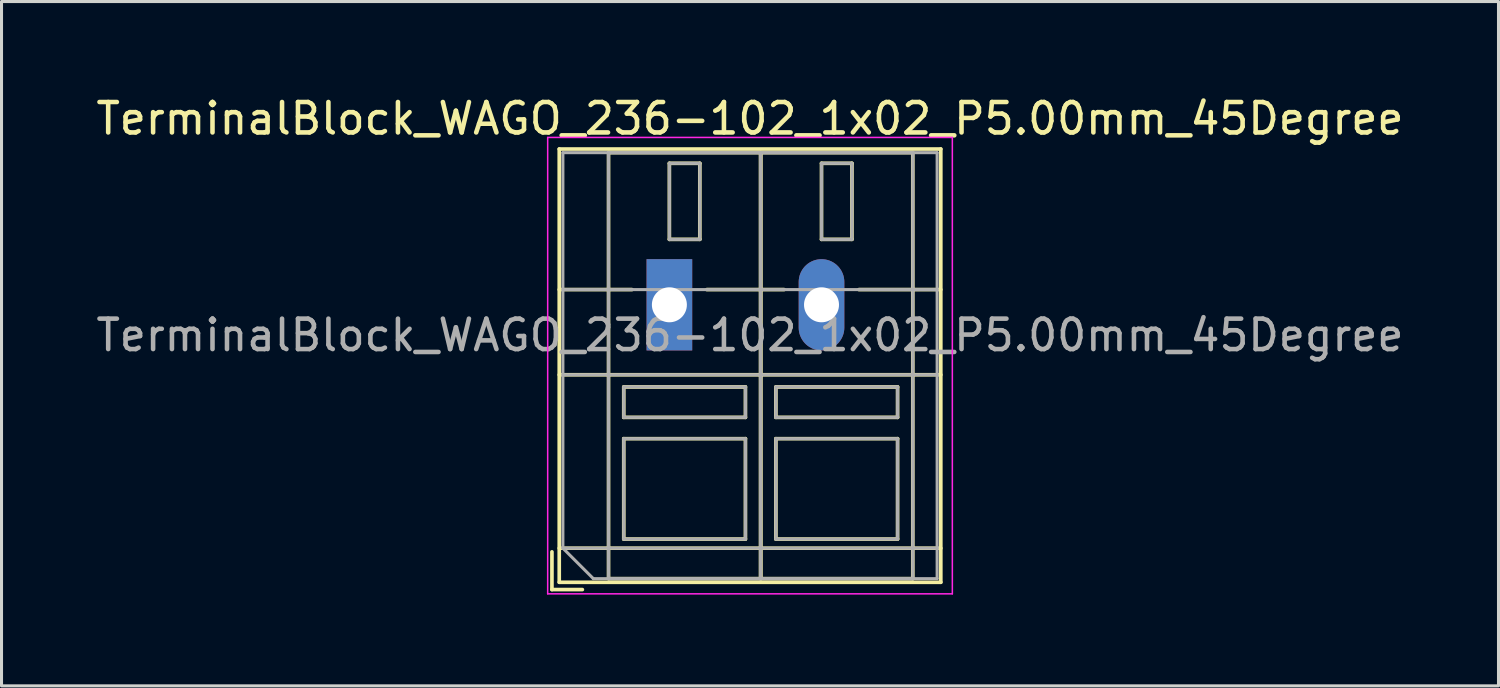
<source format=kicad_pcb>
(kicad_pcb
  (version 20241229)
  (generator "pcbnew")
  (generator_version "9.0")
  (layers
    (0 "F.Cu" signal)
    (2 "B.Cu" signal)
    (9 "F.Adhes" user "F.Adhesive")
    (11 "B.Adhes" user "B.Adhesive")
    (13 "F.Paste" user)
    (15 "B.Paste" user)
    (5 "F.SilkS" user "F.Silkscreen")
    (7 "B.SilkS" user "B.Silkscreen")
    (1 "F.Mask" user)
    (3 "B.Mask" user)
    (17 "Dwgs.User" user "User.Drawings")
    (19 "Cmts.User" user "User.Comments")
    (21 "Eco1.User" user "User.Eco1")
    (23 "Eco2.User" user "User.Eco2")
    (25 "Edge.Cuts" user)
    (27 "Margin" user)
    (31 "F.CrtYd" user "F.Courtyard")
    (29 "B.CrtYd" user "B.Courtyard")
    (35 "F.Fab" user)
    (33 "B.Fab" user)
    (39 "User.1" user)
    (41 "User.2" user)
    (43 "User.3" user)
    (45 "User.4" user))
  (footprint "TerminalBlock_WAGO_236-102_1x02_P5.00mm_45Degree"
    (layer "F.Cu")
    (at 18.951 6.968)
    (property "Reference" "TerminalBlock_WAGO_236-102_1x02_P5.00mm_45Degree" (at 2.65 -6.12 0) (layer "F.SilkS") (effects (font (size 1 1) (thickness 0.15))))
    (attr through_hole)
    (fp_line (start -3.86 8.12) (end -3.86 9.36) (stroke (width 0.12) (type solid)) (layer "F.SilkS"))
    (fp_line (start -3.86 9.36) (end -2.86 9.36) (stroke (width 0.12) (type solid)) (layer "F.SilkS"))
    (fp_line (start -3.62 -5.12) (end -3.62 9.12) (stroke (width 0.12) (type solid)) (layer "F.SilkS"))
    (fp_line (start -3.62 -5.12) (end 8.921 -5.12) (stroke (width 0.12) (type solid)) (layer "F.SilkS"))
    (fp_line (start -3.62 -0.5) (end -1.23 -0.5) (stroke (width 0.12) (type solid)) (layer "F.SilkS"))
    (fp_line (start -3.62 2.3) (end 8.921 2.3) (stroke (width 0.12) (type solid)) (layer "F.SilkS"))
    (fp_line (start -3.62 8) (end 8.921 8) (stroke (width 0.12) (type solid)) (layer "F.SilkS"))
    (fp_line (start -3.62 9.12) (end 8.921 9.12) (stroke (width 0.12) (type solid)) (layer "F.SilkS"))
    (fp_line (start -2 -5) (end -2 9) (stroke (width 0.12) (type solid)) (layer "F.SilkS"))
    (fp_line (start -2 -5) (end 3 -5) (stroke (width 0.12) (type solid)) (layer "F.SilkS"))
    (fp_line (start -2 9) (end 3 9) (stroke (width 0.12) (type solid)) (layer "F.SilkS"))
    (fp_line (start -1.5 2.7) (end -1.5 3.7) (stroke (width 0.12) (type solid)) (layer "F.SilkS"))
    (fp_line (start -1.5 2.7) (end 2.5 2.7) (stroke (width 0.12) (type solid)) (layer "F.SilkS"))
    (fp_line (start -1.5 3.7) (end 2.5 3.7) (stroke (width 0.12) (type solid)) (layer "F.SilkS"))
    (fp_line (start -1.5 4.4) (end -1.5 7.7) (stroke (width 0.12) (type solid)) (layer "F.SilkS"))
    (fp_line (start -1.5 4.4) (end 2.5 4.4) (stroke (width 0.12) (type solid)) (layer "F.SilkS"))
    (fp_line (start -1.5 7.7) (end 2.5 7.7) (stroke (width 0.12) (type solid)) (layer "F.SilkS"))
    (fp_line (start 0 -4.65) (end 0 -2.151) (stroke (width 0.12) (type solid)) (layer "F.SilkS"))
    (fp_line (start 0 -4.65) (end 1 -4.65) (stroke (width 0.12) (type solid)) (layer "F.SilkS"))
    (fp_line (start 0 -2.151) (end 1 -2.151) (stroke (width 0.12) (type solid)) (layer "F.SilkS"))
    (fp_line (start 1 -4.65) (end 1 -2.151) (stroke (width 0.12) (type solid)) (layer "F.SilkS"))
    (fp_line (start 1.23 -0.5) (end 3.77 -0.5) (stroke (width 0.12) (type solid)) (layer "F.SilkS"))
    (fp_line (start 2.5 2.7) (end 2.5 3.7) (stroke (width 0.12) (type solid)) (layer "F.SilkS"))
    (fp_line (start 2.5 4.4) (end 2.5 7.7) (stroke (width 0.12) (type solid)) (layer "F.SilkS"))
    (fp_line (start 3 -5) (end 3 9) (stroke (width 0.12) (type solid)) (layer "F.SilkS"))
    (fp_line (start 3 -5) (end 3 9) (stroke (width 0.12) (type solid)) (layer "F.SilkS"))
    (fp_line (start 3 -5) (end 8 -5) (stroke (width 0.12) (type solid)) (layer "F.SilkS"))
    (fp_line (start 3 9) (end 8 9) (stroke (width 0.12) (type solid)) (layer "F.SilkS"))
    (fp_line (start 3.5 2.7) (end 3.5 3.7) (stroke (width 0.12) (type solid)) (layer "F.SilkS"))
    (fp_line (start 3.5 2.7) (end 7.5 2.7) (stroke (width 0.12) (type solid)) (layer "F.SilkS"))
    (fp_line (start 3.5 3.7) (end 7.5 3.7) (stroke (width 0.12) (type solid)) (layer "F.SilkS"))
    (fp_line (start 3.5 4.4) (end 3.5 7.7) (stroke (width 0.12) (type solid)) (layer "F.SilkS"))
    (fp_line (start 3.5 4.4) (end 7.5 4.4) (stroke (width 0.12) (type solid)) (layer "F.SilkS"))
    (fp_line (start 3.5 7.7) (end 7.5 7.7) (stroke (width 0.12) (type solid)) (layer "F.SilkS"))
    (fp_line (start 5 -4.65) (end 5 -2.151) (stroke (width 0.12) (type solid)) (layer "F.SilkS"))
    (fp_line (start 5 -4.65) (end 6 -4.65) (stroke (width 0.12) (type solid)) (layer "F.SilkS"))
    (fp_line (start 5 -2.151) (end 6 -2.151) (stroke (width 0.12) (type solid)) (layer "F.SilkS"))
    (fp_line (start 6 -4.65) (end 6 -2.151) (stroke (width 0.12) (type solid)) (layer "F.SilkS"))
    (fp_line (start 6.23 -0.5) (end 8.921 -0.5) (stroke (width 0.12) (type solid)) (layer "F.SilkS"))
    (fp_line (start 7.5 2.7) (end 7.5 3.7) (stroke (width 0.12) (type solid)) (layer "F.SilkS"))
    (fp_line (start 7.5 4.4) (end 7.5 7.7) (stroke (width 0.12) (type solid)) (layer "F.SilkS"))
    (fp_line (start 8 -5) (end 8 9) (stroke (width 0.12) (type solid)) (layer "F.SilkS"))
    (fp_line (start 8.921 -5.12) (end 8.921 9.12) (stroke (width 0.12) (type solid)) (layer "F.SilkS"))
    (fp_line (start -4 -5.5) (end -4 9.5) (stroke (width 0.05) (type solid)) (layer "F.CrtYd"))
    (fp_line (start -4 9.5) (end 9.3 9.5) (stroke (width 0.05) (type solid)) (layer "F.CrtYd"))
    (fp_line (start 9.3 -5.5) (end -4 -5.5) (stroke (width 0.05) (type solid)) (layer "F.CrtYd"))
    (fp_line (start 9.3 9.5) (end 9.3 -5.5) (stroke (width 0.05) (type solid)) (layer "F.CrtYd"))
    (fp_line (start -3.5 -5) (end 8.8 -5) (stroke (width 0.1) (type solid)) (layer "F.Fab"))
    (fp_line (start -3.5 -0.5) (end 8.8 -0.5) (stroke (width 0.1) (type solid)) (layer "F.Fab"))
    (fp_line (start -3.5 2.3) (end 8.8 2.3) (stroke (width 0.1) (type solid)) (layer "F.Fab"))
    (fp_line (start -3.5 8) (end -3.5 -5) (stroke (width 0.1) (type solid)) (layer "F.Fab"))
    (fp_line (start -3.5 8) (end 8.8 8) (stroke (width 0.1) (type solid)) (layer "F.Fab"))
    (fp_line (start -2.5 9) (end -3.5 8) (stroke (width 0.1) (type solid)) (layer "F.Fab"))
    (fp_line (start -2 -5) (end -2 9) (stroke (width 0.1) (type solid)) (layer "F.Fab"))
    (fp_line (start -2 9) (end 3 9) (stroke (width 0.1) (type solid)) (layer "F.Fab"))
    (fp_line (start -1.5 2.7) (end -1.5 3.7) (stroke (width 0.1) (type solid)) (layer "F.Fab"))
    (fp_line (start -1.5 3.7) (end 2.5 3.7) (stroke (width 0.1) (type solid)) (layer "F.Fab"))
    (fp_line (start -1.5 4.4) (end -1.5 7.7) (stroke (width 0.1) (type solid)) (layer "F.Fab"))
    (fp_line (start -1.5 7.7) (end 2.5 7.7) (stroke (width 0.1) (type solid)) (layer "F.Fab"))
    (fp_line (start 0 -4.65) (end 0 -2.15) (stroke (width 0.1) (type solid)) (layer "F.Fab"))
    (fp_line (start 0 -2.15) (end 1 -2.15) (stroke (width 0.1) (type solid)) (layer "F.Fab"))
    (fp_line (start 1 -4.65) (end 0 -4.65) (stroke (width 0.1) (type solid)) (layer "F.Fab"))
    (fp_line (start 1 -2.15) (end 1 -4.65) (stroke (width 0.1) (type solid)) (layer "F.Fab"))
    (fp_line (start 2.5 2.7) (end -1.5 2.7) (stroke (width 0.1) (type solid)) (layer "F.Fab"))
    (fp_line (start 2.5 3.7) (end 2.5 2.7) (stroke (width 0.1) (type solid)) (layer "F.Fab"))
    (fp_line (start 2.5 4.4) (end -1.5 4.4) (stroke (width 0.1) (type solid)) (layer "F.Fab"))
    (fp_line (start 2.5 7.7) (end 2.5 4.4) (stroke (width 0.1) (type solid)) (layer "F.Fab"))
    (fp_line (start 3 -5) (end -2 -5) (stroke (width 0.1) (type solid)) (layer "F.Fab"))
    (fp_line (start 3 -5) (end 3 9) (stroke (width 0.1) (type solid)) (layer "F.Fab"))
    (fp_line (start 3 9) (end 3 -5) (stroke (width 0.1) (type solid)) (layer "F.Fab"))
    (fp_line (start 3 9) (end 8 9) (stroke (width 0.1) (type solid)) (layer "F.Fab"))
    (fp_line (start 3.5 2.7) (end 3.5 3.7) (stroke (width 0.1) (type solid)) (layer "F.Fab"))
    (fp_line (start 3.5 3.7) (end 7.5 3.7) (stroke (width 0.1) (type solid)) (layer "F.Fab"))
    (fp_line (start 3.5 4.4) (end 3.5 7.7) (stroke (width 0.1) (type solid)) (layer "F.Fab"))
    (fp_line (start 3.5 7.7) (end 7.5 7.7) (stroke (width 0.1) (type solid)) (layer "F.Fab"))
    (fp_line (start 5 -4.65) (end 5 -2.15) (stroke (width 0.1) (type solid)) (layer "F.Fab"))
    (fp_line (start 5 -2.15) (end 6 -2.15) (stroke (width 0.1) (type solid)) (layer "F.Fab"))
    (fp_line (start 6 -4.65) (end 5 -4.65) (stroke (width 0.1) (type solid)) (layer "F.Fab"))
    (fp_line (start 6 -2.15) (end 6 -4.65) (stroke (width 0.1) (type solid)) (layer "F.Fab"))
    (fp_line (start 7.5 2.7) (end 3.5 2.7) (stroke (width 0.1) (type solid)) (layer "F.Fab"))
    (fp_line (start 7.5 3.7) (end 7.5 2.7) (stroke (width 0.1) (type solid)) (layer "F.Fab"))
    (fp_line (start 7.5 4.4) (end 3.5 4.4) (stroke (width 0.1) (type solid)) (layer "F.Fab"))
    (fp_line (start 7.5 7.7) (end 7.5 4.4) (stroke (width 0.1) (type solid)) (layer "F.Fab"))
    (fp_line (start 8 -5) (end 3 -5) (stroke (width 0.1) (type solid)) (layer "F.Fab"))
    (fp_line (start 8 9) (end 8 -5) (stroke (width 0.1) (type solid)) (layer "F.Fab"))
    (fp_line (start 8.8 -5) (end 8.8 9) (stroke (width 0.1) (type solid)) (layer "F.Fab"))
    (fp_line (start 8.8 9) (end -2.5 9) (stroke (width 0.1) (type solid)) (layer "F.Fab"))
    (fp_text user "${REFERENCE}" (at 2.65 1 0) (layer "F.Fab") (effects (font (size 1 1) (thickness 0.15))))
    (pad "1" thru_hole rect (at 0 0) (size 1.5 3) (drill 1.15) (layers "*.Cu" "*.Mask"))
    (pad "2" thru_hole oval (at 5 0) (size 1.5 3) (drill 1.15) (layers "*.Cu" "*.Mask")))
  (gr_rect
    (start -3 -3)
    (end 46.202 19.493)
    (stroke (width 0.1) (type default))
    (fill no)
    (layer "Edge.Cuts")))
</source>
